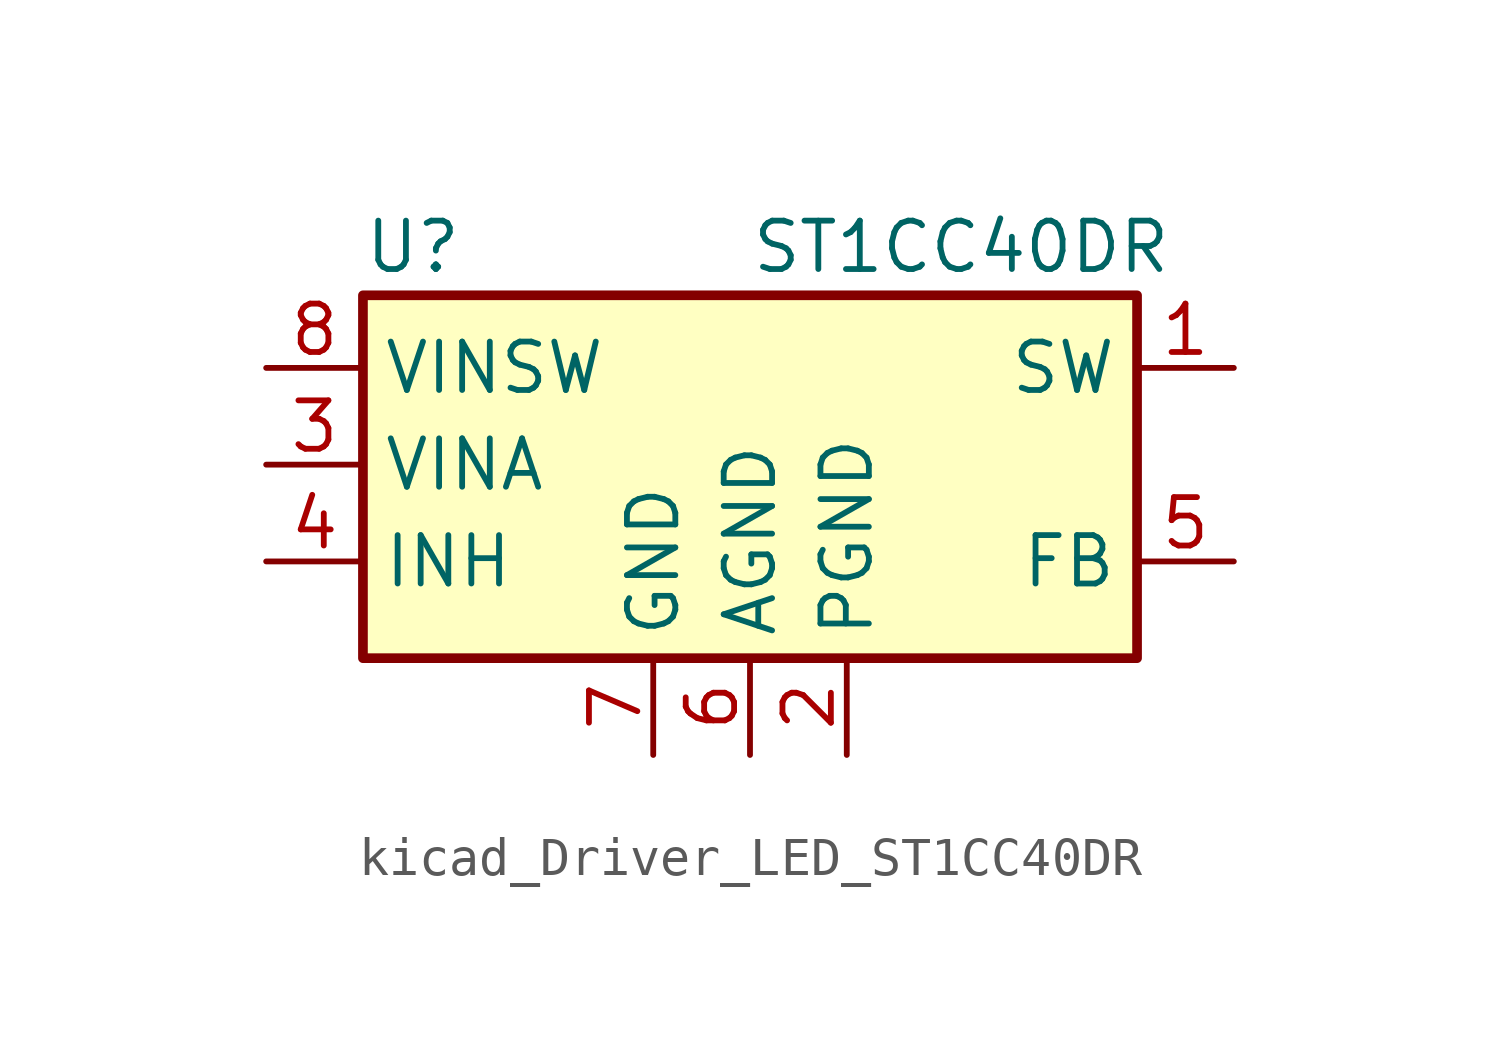
<source format=kicad_sym>
(kicad_symbol_lib
  (version 20220914)
  (generator kicad_symbol_editor)
  (symbol "kicad_Driver_LED_ST1CC40DR"
    (property "Reference" "U"
      (at -10.16 5.715 0)
      (effects (font (size 1.27 1.27)) (justify left)))
    (property "Value" "ST1CC40DR"
      (at 0 5.715 0)
      (effects (font (size 1.27 1.27)) (justify left)))
    (symbol "kicad_Driver_LED_ST1CC40DR_0_1"
      (rectangle (start 10.16 4.445) (end -10.16 -5.08) (stroke (width 0.254) (type default)) (fill (type background))))
    (symbol "kicad_Driver_LED_ST1CC40DR_1_1"
      (pin output line (at 12.7 2.54 180) (length 2.54) (name "SW" (effects (font (size 1.27 1.27)))) (number "1" (effects (font (size 1.27 1.27)))))
      (pin power_out line (at 2.54 -7.62 90) (length 2.54) (name "PGND" (effects (font (size 1.27 1.27)))) (number "2" (effects (font (size 1.27 1.27)))))
      (pin power_in line (at -12.7 0 0) (length 2.54) (name "VINA" (effects (font (size 1.27 1.27)))) (number "3" (effects (font (size 1.27 1.27)))))
      (pin input line (at -12.7 -2.54 0) (length 2.54) (name "INH" (effects (font (size 1.27 1.27)))) (number "4" (effects (font (size 1.27 1.27)))))
      (pin input line (at 12.7 -2.54 180) (length 2.54) (name "FB" (effects (font (size 1.27 1.27)))) (number "5" (effects (font (size 1.27 1.27)))))
      (pin power_in line (at 0 -7.62 90) (length 2.54) (name "AGND" (effects (font (size 1.27 1.27)))) (number "6" (effects (font (size 1.27 1.27)))))
      (pin power_in line (at -2.54 -7.62 90) (length 2.54) (name "GND" (effects (font (size 1.27 1.27)))) (number "7" (effects (font (size 1.27 1.27)))))
      (pin power_in line (at -12.7 2.54 0) (length 2.54) (name "VINSW" (effects (font (size 1.27 1.27)))) (number "8" (effects (font (size 1.27 1.27))))))))
</source>
